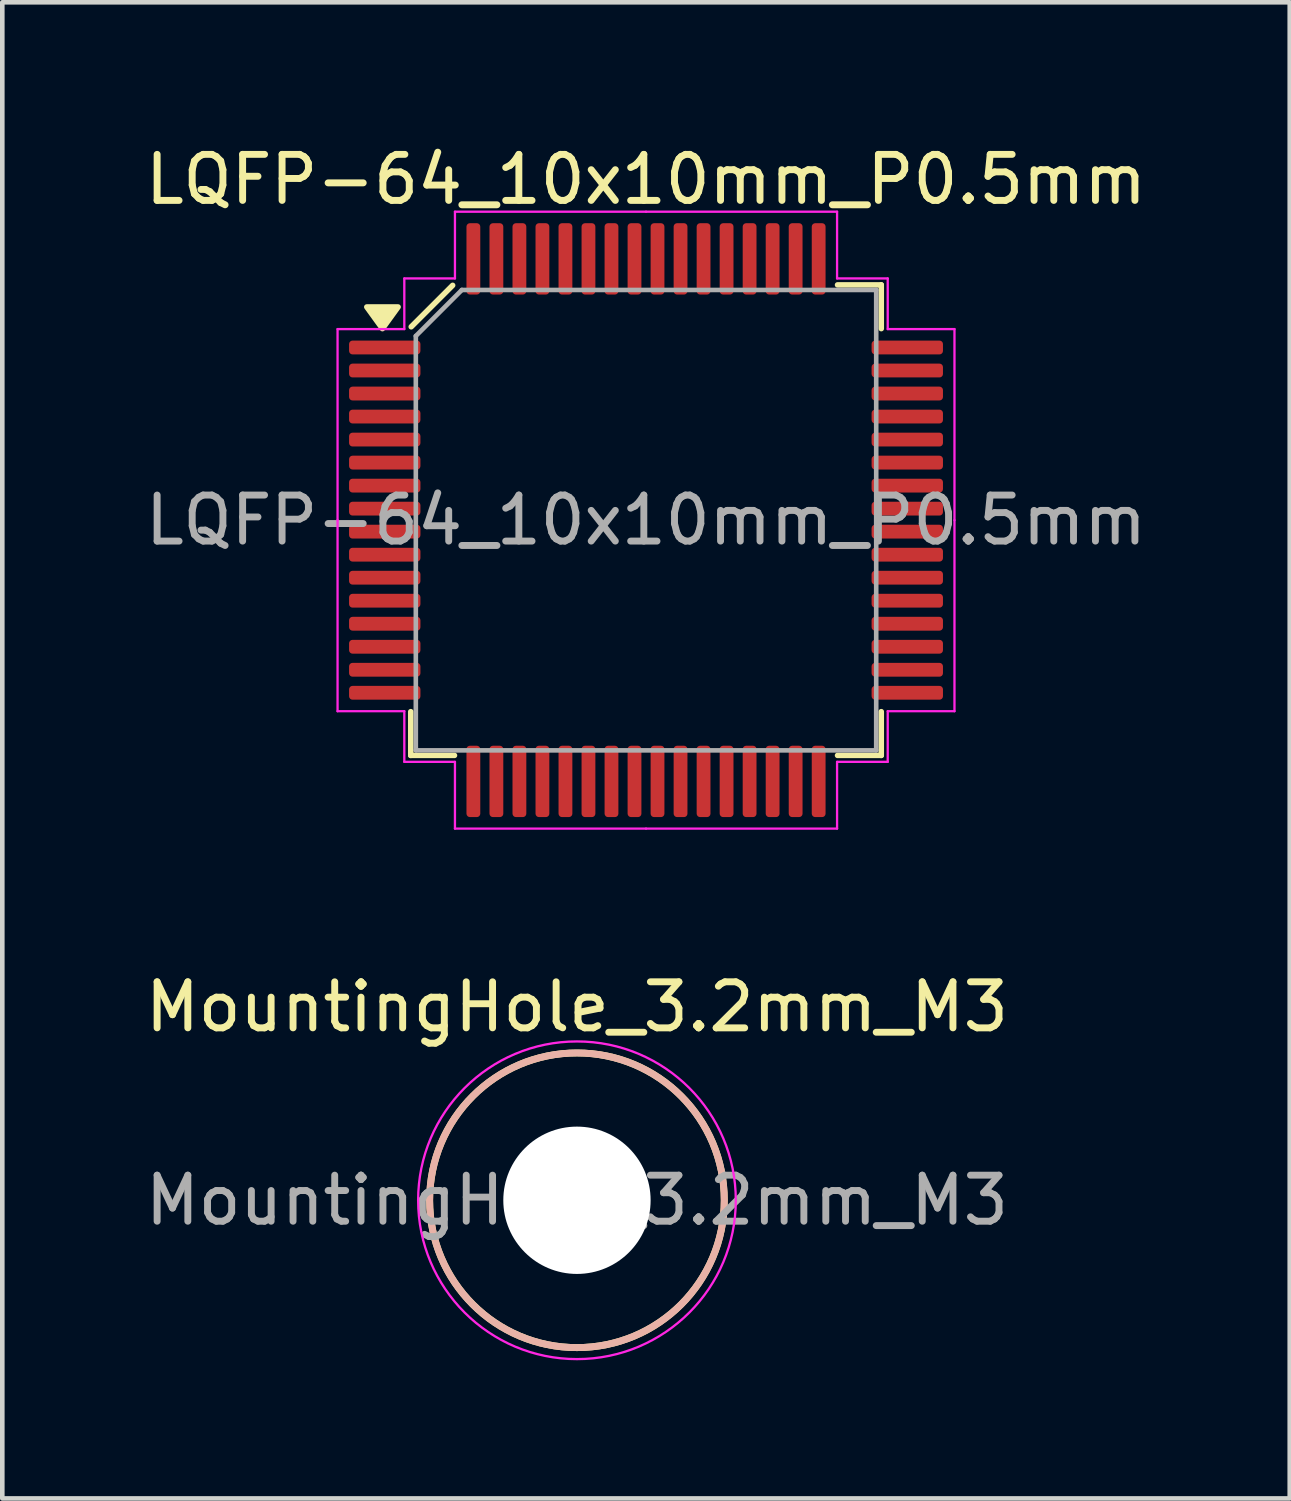
<source format=kicad_pcb>
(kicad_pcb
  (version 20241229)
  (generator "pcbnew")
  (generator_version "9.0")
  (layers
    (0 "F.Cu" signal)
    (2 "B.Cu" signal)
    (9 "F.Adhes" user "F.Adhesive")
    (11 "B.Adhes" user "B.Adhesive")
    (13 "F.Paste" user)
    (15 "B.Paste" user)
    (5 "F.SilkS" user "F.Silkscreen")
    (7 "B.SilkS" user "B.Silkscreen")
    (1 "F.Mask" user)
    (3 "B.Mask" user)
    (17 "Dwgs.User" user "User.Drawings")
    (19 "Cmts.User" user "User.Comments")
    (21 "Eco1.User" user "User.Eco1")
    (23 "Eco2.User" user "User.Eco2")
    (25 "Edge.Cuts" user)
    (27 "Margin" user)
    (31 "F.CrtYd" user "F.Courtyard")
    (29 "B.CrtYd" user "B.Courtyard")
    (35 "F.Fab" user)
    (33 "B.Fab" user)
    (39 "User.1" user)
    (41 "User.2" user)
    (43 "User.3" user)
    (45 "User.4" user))
  (footprint "LQFP-64_10x10mm_P0.5mm"
    (layer "F.Cu")
    (at 10.982 8.248)
    (property "Reference" "LQFP-64_10x10mm_P0.5mm" (at 0 -7.4 0) (layer "F.SilkS") (effects (font (size 1 1) (thickness 0.15))))
    (attr smd)
    (fp_line (start -5.11 5.11) (end -5.11 4.16) (stroke (width 0.12) (type solid)) (layer "F.SilkS"))
    (fp_line (start -4.2 -5.1) (end -5.1 -4.2) (stroke (width 0.12) (type solid)) (layer "F.SilkS"))
    (fp_line (start -4.16 5.11) (end -5.11 5.11) (stroke (width 0.12) (type solid)) (layer "F.SilkS"))
    (fp_line (start 4.16 -5.11) (end 5.11 -5.11) (stroke (width 0.12) (type solid)) (layer "F.SilkS"))
    (fp_line (start 4.16 5.11) (end 5.11 5.11) (stroke (width 0.12) (type solid)) (layer "F.SilkS"))
    (fp_line (start 5.11 -5.11) (end 5.11 -4.16) (stroke (width 0.12) (type solid)) (layer "F.SilkS"))
    (fp_line (start 5.11 5.11) (end 5.11 4.16) (stroke (width 0.12) (type solid)) (layer "F.SilkS"))
    (fp_poly (pts (xy -5.725 -4.16) (xy -6.065 -4.63) (xy -5.385 -4.63) (xy -5.725 -4.16)) (stroke (width 0.12) (type solid)) (fill yes) (layer "F.SilkS"))
    (fp_line (start -6.7 -4.15) (end -6.7 0) (stroke (width 0.05) (type solid)) (layer "F.CrtYd"))
    (fp_line (start -6.7 4.15) (end -6.7 0) (stroke (width 0.05) (type solid)) (layer "F.CrtYd"))
    (fp_line (start -5.25 -5.25) (end -5.25 -4.15) (stroke (width 0.05) (type solid)) (layer "F.CrtYd"))
    (fp_line (start -5.25 -4.15) (end -6.7 -4.15) (stroke (width 0.05) (type solid)) (layer "F.CrtYd"))
    (fp_line (start -5.25 4.15) (end -6.7 4.15) (stroke (width 0.05) (type solid)) (layer "F.CrtYd"))
    (fp_line (start -5.25 5.25) (end -5.25 4.15) (stroke (width 0.05) (type solid)) (layer "F.CrtYd"))
    (fp_line (start -4.15 -6.7) (end -4.15 -5.25) (stroke (width 0.05) (type solid)) (layer "F.CrtYd"))
    (fp_line (start -4.15 -5.25) (end -5.25 -5.25) (stroke (width 0.05) (type solid)) (layer "F.CrtYd"))
    (fp_line (start -4.15 5.25) (end -5.25 5.25) (stroke (width 0.05) (type solid)) (layer "F.CrtYd"))
    (fp_line (start -4.15 6.7) (end -4.15 5.25) (stroke (width 0.05) (type solid)) (layer "F.CrtYd"))
    (fp_line (start 0 -6.7) (end -4.15 -6.7) (stroke (width 0.05) (type solid)) (layer "F.CrtYd"))
    (fp_line (start 0 -6.7) (end 4.15 -6.7) (stroke (width 0.05) (type solid)) (layer "F.CrtYd"))
    (fp_line (start 0 6.7) (end -4.15 6.7) (stroke (width 0.05) (type solid)) (layer "F.CrtYd"))
    (fp_line (start 0 6.7) (end 4.15 6.7) (stroke (width 0.05) (type solid)) (layer "F.CrtYd"))
    (fp_line (start 4.15 -6.7) (end 4.15 -5.25) (stroke (width 0.05) (type solid)) (layer "F.CrtYd"))
    (fp_line (start 4.15 -5.25) (end 5.25 -5.25) (stroke (width 0.05) (type solid)) (layer "F.CrtYd"))
    (fp_line (start 4.15 5.25) (end 5.25 5.25) (stroke (width 0.05) (type solid)) (layer "F.CrtYd"))
    (fp_line (start 4.15 6.7) (end 4.15 5.25) (stroke (width 0.05) (type solid)) (layer "F.CrtYd"))
    (fp_line (start 5.25 -5.25) (end 5.25 -4.15) (stroke (width 0.05) (type solid)) (layer "F.CrtYd"))
    (fp_line (start 5.25 -4.15) (end 6.7 -4.15) (stroke (width 0.05) (type solid)) (layer "F.CrtYd"))
    (fp_line (start 5.25 4.15) (end 6.7 4.15) (stroke (width 0.05) (type solid)) (layer "F.CrtYd"))
    (fp_line (start 5.25 5.25) (end 5.25 4.15) (stroke (width 0.05) (type solid)) (layer "F.CrtYd"))
    (fp_line (start 6.7 -4.15) (end 6.7 0) (stroke (width 0.05) (type solid)) (layer "F.CrtYd"))
    (fp_line (start 6.7 4.15) (end 6.7 0) (stroke (width 0.05) (type solid)) (layer "F.CrtYd"))
    (fp_line (start -5 -4) (end -4 -5) (stroke (width 0.1) (type solid)) (layer "F.Fab"))
    (fp_line (start -5 5) (end -5 -4) (stroke (width 0.1) (type solid)) (layer "F.Fab"))
    (fp_line (start -4 -5) (end 5 -5) (stroke (width 0.1) (type solid)) (layer "F.Fab"))
    (fp_line (start 5 -5) (end 5 5) (stroke (width 0.1) (type solid)) (layer "F.Fab"))
    (fp_line (start 5 5) (end -5 5) (stroke (width 0.1) (type solid)) (layer "F.Fab"))
    (fp_text user "${REFERENCE}" (at 0 0 0) (layer "F.Fab") (effects (font (size 1 1) (thickness 0.15))))
    (pad "1" smd roundrect (at -5.675 -3.75) (size 1.55 0.3) (layers "F.Cu" "F.Mask" "F.Paste") (roundrect_rratio 0.25))
    (pad "2" smd roundrect (at -5.675 -3.25) (size 1.55 0.3) (layers "F.Cu" "F.Mask" "F.Paste") (roundrect_rratio 0.25))
    (pad "3" smd roundrect (at -5.675 -2.75) (size 1.55 0.3) (layers "F.Cu" "F.Mask" "F.Paste") (roundrect_rratio 0.25))
    (pad "4" smd roundrect (at -5.675 -2.25) (size 1.55 0.3) (layers "F.Cu" "F.Mask" "F.Paste") (roundrect_rratio 0.25))
    (pad "5" smd roundrect (at -5.675 -1.75) (size 1.55 0.3) (layers "F.Cu" "F.Mask" "F.Paste") (roundrect_rratio 0.25))
    (pad "6" smd roundrect (at -5.675 -1.25) (size 1.55 0.3) (layers "F.Cu" "F.Mask" "F.Paste") (roundrect_rratio 0.25))
    (pad "7" smd roundrect (at -5.675 -0.75) (size 1.55 0.3) (layers "F.Cu" "F.Mask" "F.Paste") (roundrect_rratio 0.25))
    (pad "8" smd roundrect (at -5.675 -0.25) (size 1.55 0.3) (layers "F.Cu" "F.Mask" "F.Paste") (roundrect_rratio 0.25))
    (pad "9" smd roundrect (at -5.675 0.25) (size 1.55 0.3) (layers "F.Cu" "F.Mask" "F.Paste") (roundrect_rratio 0.25))
    (pad "10" smd roundrect (at -5.675 0.75) (size 1.55 0.3) (layers "F.Cu" "F.Mask" "F.Paste") (roundrect_rratio 0.25))
    (pad "11" smd roundrect (at -5.675 1.25) (size 1.55 0.3) (layers "F.Cu" "F.Mask" "F.Paste") (roundrect_rratio 0.25))
    (pad "12" smd roundrect (at -5.675 1.75) (size 1.55 0.3) (layers "F.Cu" "F.Mask" "F.Paste") (roundrect_rratio 0.25))
    (pad "13" smd roundrect (at -5.675 2.25) (size 1.55 0.3) (layers "F.Cu" "F.Mask" "F.Paste") (roundrect_rratio 0.25))
    (pad "14" smd roundrect (at -5.675 2.75) (size 1.55 0.3) (layers "F.Cu" "F.Mask" "F.Paste") (roundrect_rratio 0.25))
    (pad "15" smd roundrect (at -5.675 3.25) (size 1.55 0.3) (layers "F.Cu" "F.Mask" "F.Paste") (roundrect_rratio 0.25))
    (pad "16" smd roundrect (at -5.675 3.75) (size 1.55 0.3) (layers "F.Cu" "F.Mask" "F.Paste") (roundrect_rratio 0.25))
    (pad "17" smd roundrect (at -3.75 5.675) (size 0.3 1.55) (layers "F.Cu" "F.Mask" "F.Paste") (roundrect_rratio 0.25))
    (pad "18" smd roundrect (at -3.25 5.675) (size 0.3 1.55) (layers "F.Cu" "F.Mask" "F.Paste") (roundrect_rratio 0.25))
    (pad "19" smd roundrect (at -2.75 5.675) (size 0.3 1.55) (layers "F.Cu" "F.Mask" "F.Paste") (roundrect_rratio 0.25))
    (pad "20" smd roundrect (at -2.25 5.675) (size 0.3 1.55) (layers "F.Cu" "F.Mask" "F.Paste") (roundrect_rratio 0.25))
    (pad "21" smd roundrect (at -1.75 5.675) (size 0.3 1.55) (layers "F.Cu" "F.Mask" "F.Paste") (roundrect_rratio 0.25))
    (pad "22" smd roundrect (at -1.25 5.675) (size 0.3 1.55) (layers "F.Cu" "F.Mask" "F.Paste") (roundrect_rratio 0.25))
    (pad "23" smd roundrect (at -0.75 5.675) (size 0.3 1.55) (layers "F.Cu" "F.Mask" "F.Paste") (roundrect_rratio 0.25))
    (pad "24" smd roundrect (at -0.25 5.675) (size 0.3 1.55) (layers "F.Cu" "F.Mask" "F.Paste") (roundrect_rratio 0.25))
    (pad "25" smd roundrect (at 0.25 5.675) (size 0.3 1.55) (layers "F.Cu" "F.Mask" "F.Paste") (roundrect_rratio 0.25))
    (pad "26" smd roundrect (at 0.75 5.675) (size 0.3 1.55) (layers "F.Cu" "F.Mask" "F.Paste") (roundrect_rratio 0.25))
    (pad "27" smd roundrect (at 1.25 5.675) (size 0.3 1.55) (layers "F.Cu" "F.Mask" "F.Paste") (roundrect_rratio 0.25))
    (pad "28" smd roundrect (at 1.75 5.675) (size 0.3 1.55) (layers "F.Cu" "F.Mask" "F.Paste") (roundrect_rratio 0.25))
    (pad "29" smd roundrect (at 2.25 5.675) (size 0.3 1.55) (layers "F.Cu" "F.Mask" "F.Paste") (roundrect_rratio 0.25))
    (pad "30" smd roundrect (at 2.75 5.675) (size 0.3 1.55) (layers "F.Cu" "F.Mask" "F.Paste") (roundrect_rratio 0.25))
    (pad "31" smd roundrect (at 3.25 5.675) (size 0.3 1.55) (layers "F.Cu" "F.Mask" "F.Paste") (roundrect_rratio 0.25))
    (pad "32" smd roundrect (at 3.75 5.675) (size 0.3 1.55) (layers "F.Cu" "F.Mask" "F.Paste") (roundrect_rratio 0.25))
    (pad "33" smd roundrect (at 5.675 3.75) (size 1.55 0.3) (layers "F.Cu" "F.Mask" "F.Paste") (roundrect_rratio 0.25))
    (pad "34" smd roundrect (at 5.675 3.25) (size 1.55 0.3) (layers "F.Cu" "F.Mask" "F.Paste") (roundrect_rratio 0.25))
    (pad "35" smd roundrect (at 5.675 2.75) (size 1.55 0.3) (layers "F.Cu" "F.Mask" "F.Paste") (roundrect_rratio 0.25))
    (pad "36" smd roundrect (at 5.675 2.25) (size 1.55 0.3) (layers "F.Cu" "F.Mask" "F.Paste") (roundrect_rratio 0.25))
    (pad "37" smd roundrect (at 5.675 1.75) (size 1.55 0.3) (layers "F.Cu" "F.Mask" "F.Paste") (roundrect_rratio 0.25))
    (pad "38" smd roundrect (at 5.675 1.25) (size 1.55 0.3) (layers "F.Cu" "F.Mask" "F.Paste") (roundrect_rratio 0.25))
    (pad "39" smd roundrect (at 5.675 0.75) (size 1.55 0.3) (layers "F.Cu" "F.Mask" "F.Paste") (roundrect_rratio 0.25))
    (pad "40" smd roundrect (at 5.675 0.25) (size 1.55 0.3) (layers "F.Cu" "F.Mask" "F.Paste") (roundrect_rratio 0.25))
    (pad "41" smd roundrect (at 5.675 -0.25) (size 1.55 0.3) (layers "F.Cu" "F.Mask" "F.Paste") (roundrect_rratio 0.25))
    (pad "42" smd roundrect (at 5.675 -0.75) (size 1.55 0.3) (layers "F.Cu" "F.Mask" "F.Paste") (roundrect_rratio 0.25))
    (pad "43" smd roundrect (at 5.675 -1.25) (size 1.55 0.3) (layers "F.Cu" "F.Mask" "F.Paste") (roundrect_rratio 0.25))
    (pad "44" smd roundrect (at 5.675 -1.75) (size 1.55 0.3) (layers "F.Cu" "F.Mask" "F.Paste") (roundrect_rratio 0.25))
    (pad "45" smd roundrect (at 5.675 -2.25) (size 1.55 0.3) (layers "F.Cu" "F.Mask" "F.Paste") (roundrect_rratio 0.25))
    (pad "46" smd roundrect (at 5.675 -2.75) (size 1.55 0.3) (layers "F.Cu" "F.Mask" "F.Paste") (roundrect_rratio 0.25))
    (pad "47" smd roundrect (at 5.675 -3.25) (size 1.55 0.3) (layers "F.Cu" "F.Mask" "F.Paste") (roundrect_rratio 0.25))
    (pad "48" smd roundrect (at 5.675 -3.75) (size 1.55 0.3) (layers "F.Cu" "F.Mask" "F.Paste") (roundrect_rratio 0.25))
    (pad "49" smd roundrect (at 3.75 -5.675) (size 0.3 1.55) (layers "F.Cu" "F.Mask" "F.Paste") (roundrect_rratio 0.25))
    (pad "50" smd roundrect (at 3.25 -5.675) (size 0.3 1.55) (layers "F.Cu" "F.Mask" "F.Paste") (roundrect_rratio 0.25))
    (pad "51" smd roundrect (at 2.75 -5.675) (size 0.3 1.55) (layers "F.Cu" "F.Mask" "F.Paste") (roundrect_rratio 0.25))
    (pad "52" smd roundrect (at 2.25 -5.675) (size 0.3 1.55) (layers "F.Cu" "F.Mask" "F.Paste") (roundrect_rratio 0.25))
    (pad "53" smd roundrect (at 1.75 -5.675) (size 0.3 1.55) (layers "F.Cu" "F.Mask" "F.Paste") (roundrect_rratio 0.25))
    (pad "54" smd roundrect (at 1.25 -5.675) (size 0.3 1.55) (layers "F.Cu" "F.Mask" "F.Paste") (roundrect_rratio 0.25))
    (pad "55" smd roundrect (at 0.75 -5.675) (size 0.3 1.55) (layers "F.Cu" "F.Mask" "F.Paste") (roundrect_rratio 0.25))
    (pad "56" smd roundrect (at 0.25 -5.675) (size 0.3 1.55) (layers "F.Cu" "F.Mask" "F.Paste") (roundrect_rratio 0.25))
    (pad "57" smd roundrect (at -0.25 -5.675) (size 0.3 1.55) (layers "F.Cu" "F.Mask" "F.Paste") (roundrect_rratio 0.25))
    (pad "58" smd roundrect (at -0.75 -5.675) (size 0.3 1.55) (layers "F.Cu" "F.Mask" "F.Paste") (roundrect_rratio 0.25))
    (pad "59" smd roundrect (at -1.25 -5.675) (size 0.3 1.55) (layers "F.Cu" "F.Mask" "F.Paste") (roundrect_rratio 0.25))
    (pad "60" smd roundrect (at -1.75 -5.675) (size 0.3 1.55) (layers "F.Cu" "F.Mask" "F.Paste") (roundrect_rratio 0.25))
    (pad "61" smd roundrect (at -2.25 -5.675) (size 0.3 1.55) (layers "F.Cu" "F.Mask" "F.Paste") (roundrect_rratio 0.25))
    (pad "62" smd roundrect (at -2.75 -5.675) (size 0.3 1.55) (layers "F.Cu" "F.Mask" "F.Paste") (roundrect_rratio 0.25))
    (pad "63" smd roundrect (at -3.25 -5.675) (size 0.3 1.55) (layers "F.Cu" "F.Mask" "F.Paste") (roundrect_rratio 0.25))
    (pad "64" smd roundrect (at -3.75 -5.675) (size 0.3 1.55) (layers "F.Cu" "F.Mask" "F.Paste") (roundrect_rratio 0.25)))
  (footprint "MountingHole_3.2mm_M3"
    (layer "F.Cu")
    (at 9.482 23.021)
    (property "Reference" "MountingHole_3.2mm_M3" (at 0 -4.2 0) (layer "F.SilkS") (effects (font (size 1 1) (thickness 0.15))))
    (attr exclude_from_pos_files exclude_from_bom)
    (fp_circle (center 0 0) (end 3.2 0) (stroke (width 0.15) (type solid)) (fill no) (layer "F.SilkS"))
    (fp_circle (center 0 0) (end 3.2 0) (stroke (width 0.15) (type solid)) (fill no) (layer "B.SilkS"))
    (fp_circle (center 0 0) (end 3.45 0) (stroke (width 0.05) (type solid)) (fill no) (layer "F.CrtYd"))
    (fp_text user "${REFERENCE}" (at 0 0 0) (layer "F.Fab") (effects (font (size 1 1) (thickness 0.15))))
    (pad "" np_thru_hole circle (at 0 0) (size 3.2 3.2) (drill 3.2) (layers "*.Cu" "*.Mask")))
  (gr_rect
    (start -3 -3)
    (end 24.964 29.497)
    (stroke (width 0.1) (type default))
    (fill no)
    (layer "Edge.Cuts")))
</source>
